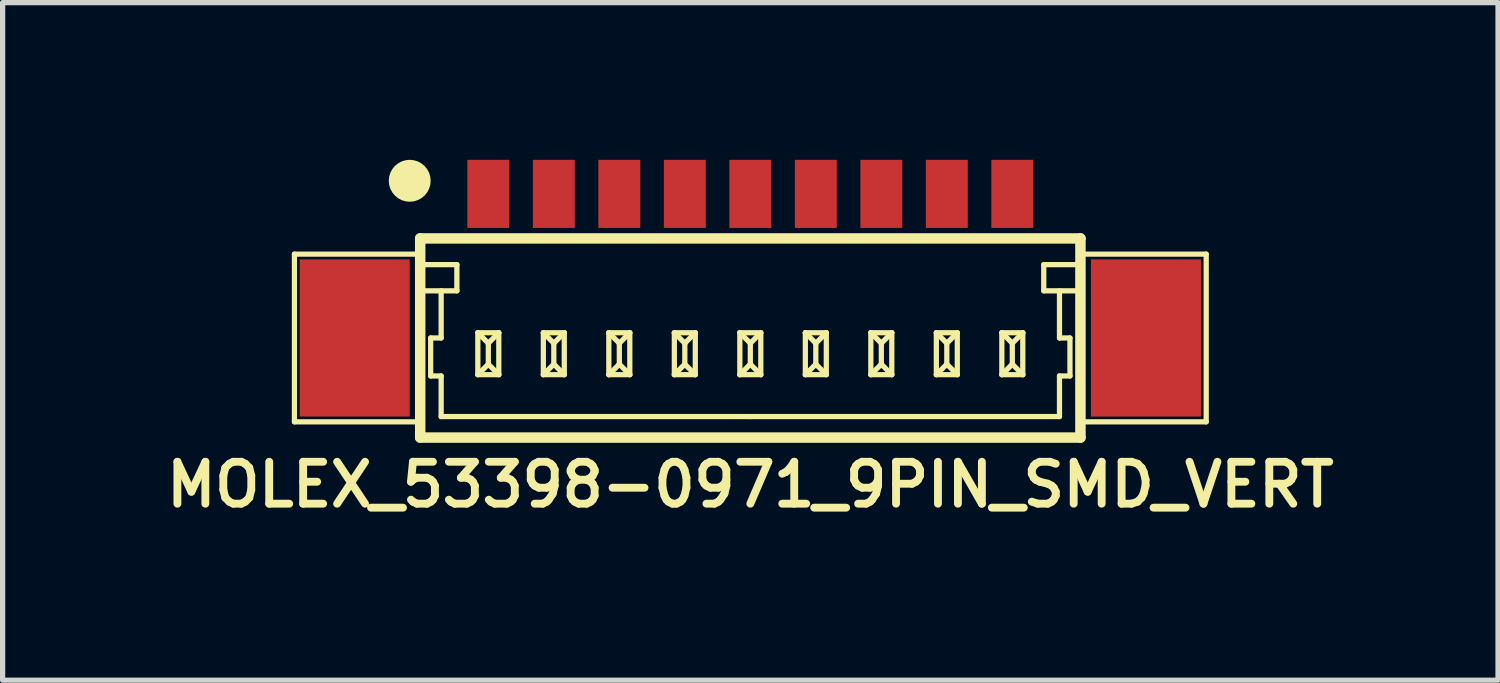
<source format=kicad_pcb>
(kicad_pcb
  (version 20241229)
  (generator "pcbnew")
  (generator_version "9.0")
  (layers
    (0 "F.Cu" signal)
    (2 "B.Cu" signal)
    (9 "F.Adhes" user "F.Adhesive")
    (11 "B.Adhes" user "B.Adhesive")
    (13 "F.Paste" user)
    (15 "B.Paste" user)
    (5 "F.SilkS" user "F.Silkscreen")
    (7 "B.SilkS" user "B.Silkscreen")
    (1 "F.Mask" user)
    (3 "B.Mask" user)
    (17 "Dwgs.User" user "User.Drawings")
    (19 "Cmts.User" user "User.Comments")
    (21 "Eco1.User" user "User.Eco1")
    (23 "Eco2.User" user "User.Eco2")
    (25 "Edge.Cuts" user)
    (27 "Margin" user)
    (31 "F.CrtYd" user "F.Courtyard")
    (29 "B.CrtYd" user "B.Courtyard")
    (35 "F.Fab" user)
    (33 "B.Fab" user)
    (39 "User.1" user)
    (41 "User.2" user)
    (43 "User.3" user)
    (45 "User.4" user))
  (footprint "MOLEX_53398-0971_9PIN_SMD_VERT"
    (layer "F.Cu")
    (at 11.269 3.4)
    (property "Reference" "MOLEX_53398-0971_9PIN_SMD_VERT" (at 0 2.8 0) (layer "F.SilkS") (effects (font (size 0.8 0.8) (thickness 0.15))))
    (attr through_hole)
    (fp_line (start -8.7 -1.6) (end -6.3 -1.6) (stroke (width 0.1) (type solid)) (layer "F.SilkS"))
    (fp_line (start -8.7 1.6) (end -8.7 -1.6) (stroke (width 0.1) (type solid)) (layer "F.SilkS"))
    (fp_line (start -6.3 -1.9) (end -6.3 1.9) (stroke (width 0.2) (type solid)) (layer "F.SilkS"))
    (fp_line (start -6.3 -1.9) (end 6.3 -1.9) (stroke (width 0.2) (type solid)) (layer "F.SilkS"))
    (fp_line (start -6.3 -0.9) (end -5.6 -0.9) (stroke (width 0.1) (type solid)) (layer "F.SilkS"))
    (fp_line (start -6.3 1.6) (end -8.7 1.6) (stroke (width 0.1) (type solid)) (layer "F.SilkS"))
    (fp_line (start -6.3 1.9) (end 6.3 1.9) (stroke (width 0.2) (type solid)) (layer "F.SilkS"))
    (fp_line (start -6.1 0) (end -5.9 0) (stroke (width 0.1) (type solid)) (layer "F.SilkS"))
    (fp_line (start -6.1 0.725) (end -6.1 0) (stroke (width 0.1) (type solid)) (layer "F.SilkS"))
    (fp_line (start -5.9 0) (end -5.9 -0.9) (stroke (width 0.1) (type solid)) (layer "F.SilkS"))
    (fp_line (start -5.9 0.725) (end -6.1 0.725) (stroke (width 0.1) (type solid)) (layer "F.SilkS"))
    (fp_line (start -5.9 1.5) (end -5.9 0.725) (stroke (width 0.1) (type solid)) (layer "F.SilkS"))
    (fp_line (start -5.6 -1.4) (end -6.3 -1.4) (stroke (width 0.1) (type solid)) (layer "F.SilkS"))
    (fp_line (start -5.6 -0.9) (end -5.6 -1.4) (stroke (width 0.1) (type solid)) (layer "F.SilkS"))
    (fp_line (start -5.2 -0.1) (end -5.2 0.7) (stroke (width 0.1) (type solid)) (layer "F.SilkS"))
    (fp_line (start -5.2 -0.1) (end -5 0.1) (stroke (width 0.1) (type solid)) (layer "F.SilkS"))
    (fp_line (start -5.2 -0.1) (end -4.8 -0.1) (stroke (width 0.1) (type solid)) (layer "F.SilkS"))
    (fp_line (start -5.2 0.7) (end -5 0.5) (stroke (width 0.1) (type solid)) (layer "F.SilkS"))
    (fp_line (start -5.2 0.7) (end -4.8 0.7) (stroke (width 0.1) (type solid)) (layer "F.SilkS"))
    (fp_line (start -5 0.1) (end -4.8 -0.1) (stroke (width 0.1) (type solid)) (layer "F.SilkS"))
    (fp_line (start -5 0.5) (end -5 0.1) (stroke (width 0.1) (type solid)) (layer "F.SilkS"))
    (fp_line (start -5 0.5) (end -4.8 0.7) (stroke (width 0.1) (type solid)) (layer "F.SilkS"))
    (fp_line (start -4.8 -0.1) (end -4.8 0.7) (stroke (width 0.1) (type solid)) (layer "F.SilkS"))
    (fp_line (start -3.95 -0.1) (end -3.95 0.7) (stroke (width 0.1) (type solid)) (layer "F.SilkS"))
    (fp_line (start -3.95 -0.1) (end -3.75 0.1) (stroke (width 0.1) (type solid)) (layer "F.SilkS"))
    (fp_line (start -3.95 -0.1) (end -3.55 -0.1) (stroke (width 0.1) (type solid)) (layer "F.SilkS"))
    (fp_line (start -3.95 0.7) (end -3.75 0.5) (stroke (width 0.1) (type solid)) (layer "F.SilkS"))
    (fp_line (start -3.95 0.7) (end -3.55 0.7) (stroke (width 0.1) (type solid)) (layer "F.SilkS"))
    (fp_line (start -3.75 0.1) (end -3.55 -0.1) (stroke (width 0.1) (type solid)) (layer "F.SilkS"))
    (fp_line (start -3.75 0.5) (end -3.75 0.1) (stroke (width 0.1) (type solid)) (layer "F.SilkS"))
    (fp_line (start -3.75 0.5) (end -3.55 0.7) (stroke (width 0.1) (type solid)) (layer "F.SilkS"))
    (fp_line (start -3.55 -0.1) (end -3.55 0.7) (stroke (width 0.1) (type solid)) (layer "F.SilkS"))
    (fp_line (start -2.7 -0.1) (end -2.7 0.7) (stroke (width 0.1) (type solid)) (layer "F.SilkS"))
    (fp_line (start -2.7 -0.1) (end -2.5 0.1) (stroke (width 0.1) (type solid)) (layer "F.SilkS"))
    (fp_line (start -2.7 -0.1) (end -2.3 -0.1) (stroke (width 0.1) (type solid)) (layer "F.SilkS"))
    (fp_line (start -2.7 0.7) (end -2.5 0.5) (stroke (width 0.1) (type solid)) (layer "F.SilkS"))
    (fp_line (start -2.7 0.7) (end -2.3 0.7) (stroke (width 0.1) (type solid)) (layer "F.SilkS"))
    (fp_line (start -2.5 0.1) (end -2.3 -0.1) (stroke (width 0.1) (type solid)) (layer "F.SilkS"))
    (fp_line (start -2.5 0.5) (end -2.5 0.1) (stroke (width 0.1) (type solid)) (layer "F.SilkS"))
    (fp_line (start -2.5 0.5) (end -2.3 0.7) (stroke (width 0.1) (type solid)) (layer "F.SilkS"))
    (fp_line (start -2.3 -0.1) (end -2.3 0.7) (stroke (width 0.1) (type solid)) (layer "F.SilkS"))
    (fp_line (start -1.45 -0.1) (end -1.45 0.7) (stroke (width 0.1) (type solid)) (layer "F.SilkS"))
    (fp_line (start -1.45 -0.1) (end -1.25 0.1) (stroke (width 0.1) (type solid)) (layer "F.SilkS"))
    (fp_line (start -1.45 -0.1) (end -1.05 -0.1) (stroke (width 0.1) (type solid)) (layer "F.SilkS"))
    (fp_line (start -1.45 0.7) (end -1.25 0.5) (stroke (width 0.1) (type solid)) (layer "F.SilkS"))
    (fp_line (start -1.45 0.7) (end -1.05 0.7) (stroke (width 0.1) (type solid)) (layer "F.SilkS"))
    (fp_line (start -1.25 0.1) (end -1.05 -0.1) (stroke (width 0.1) (type solid)) (layer "F.SilkS"))
    (fp_line (start -1.25 0.5) (end -1.25 0.1) (stroke (width 0.1) (type solid)) (layer "F.SilkS"))
    (fp_line (start -1.25 0.5) (end -1.05 0.7) (stroke (width 0.1) (type solid)) (layer "F.SilkS"))
    (fp_line (start -1.05 -0.1) (end -1.05 0.7) (stroke (width 0.1) (type solid)) (layer "F.SilkS"))
    (fp_line (start -0.2 -0.1) (end -0.2 0.7) (stroke (width 0.1) (type solid)) (layer "F.SilkS"))
    (fp_line (start -0.2 -0.1) (end 0 0.1) (stroke (width 0.1) (type solid)) (layer "F.SilkS"))
    (fp_line (start -0.2 -0.1) (end 0.2 -0.1) (stroke (width 0.1) (type solid)) (layer "F.SilkS"))
    (fp_line (start -0.2 0.7) (end 0 0.5) (stroke (width 0.1) (type solid)) (layer "F.SilkS"))
    (fp_line (start -0.2 0.7) (end 0.2 0.7) (stroke (width 0.1) (type solid)) (layer "F.SilkS"))
    (fp_line (start 0 0.1) (end 0.2 -0.1) (stroke (width 0.1) (type solid)) (layer "F.SilkS"))
    (fp_line (start 0 0.5) (end 0 0.1) (stroke (width 0.1) (type solid)) (layer "F.SilkS"))
    (fp_line (start 0 0.5) (end 0.2 0.7) (stroke (width 0.1) (type solid)) (layer "F.SilkS"))
    (fp_line (start 0 1.5) (end -5.9 1.5) (stroke (width 0.1) (type solid)) (layer "F.SilkS"))
    (fp_line (start 0 1.5) (end 5.9 1.5) (stroke (width 0.1) (type solid)) (layer "F.SilkS"))
    (fp_line (start 0.2 -0.1) (end 0.2 0.7) (stroke (width 0.1) (type solid)) (layer "F.SilkS"))
    (fp_line (start 1.05 -0.1) (end 1.05 0.7) (stroke (width 0.1) (type solid)) (layer "F.SilkS"))
    (fp_line (start 1.05 -0.1) (end 1.25 0.1) (stroke (width 0.1) (type solid)) (layer "F.SilkS"))
    (fp_line (start 1.05 -0.1) (end 1.45 -0.1) (stroke (width 0.1) (type solid)) (layer "F.SilkS"))
    (fp_line (start 1.05 0.7) (end 1.25 0.5) (stroke (width 0.1) (type solid)) (layer "F.SilkS"))
    (fp_line (start 1.05 0.7) (end 1.45 0.7) (stroke (width 0.1) (type solid)) (layer "F.SilkS"))
    (fp_line (start 1.25 0.1) (end 1.45 -0.1) (stroke (width 0.1) (type solid)) (layer "F.SilkS"))
    (fp_line (start 1.25 0.5) (end 1.25 0.1) (stroke (width 0.1) (type solid)) (layer "F.SilkS"))
    (fp_line (start 1.25 0.5) (end 1.45 0.7) (stroke (width 0.1) (type solid)) (layer "F.SilkS"))
    (fp_line (start 1.45 -0.1) (end 1.45 0.7) (stroke (width 0.1) (type solid)) (layer "F.SilkS"))
    (fp_line (start 2.3 -0.1) (end 2.3 0.7) (stroke (width 0.1) (type solid)) (layer "F.SilkS"))
    (fp_line (start 2.3 -0.1) (end 2.5 0.1) (stroke (width 0.1) (type solid)) (layer "F.SilkS"))
    (fp_line (start 2.3 -0.1) (end 2.7 -0.1) (stroke (width 0.1) (type solid)) (layer "F.SilkS"))
    (fp_line (start 2.3 0.7) (end 2.5 0.5) (stroke (width 0.1) (type solid)) (layer "F.SilkS"))
    (fp_line (start 2.3 0.7) (end 2.7 0.7) (stroke (width 0.1) (type solid)) (layer "F.SilkS"))
    (fp_line (start 2.5 0.1) (end 2.7 -0.1) (stroke (width 0.1) (type solid)) (layer "F.SilkS"))
    (fp_line (start 2.5 0.5) (end 2.5 0.1) (stroke (width 0.1) (type solid)) (layer "F.SilkS"))
    (fp_line (start 2.5 0.5) (end 2.7 0.7) (stroke (width 0.1) (type solid)) (layer "F.SilkS"))
    (fp_line (start 2.7 -0.1) (end 2.7 0.7) (stroke (width 0.1) (type solid)) (layer "F.SilkS"))
    (fp_line (start 3.55 -0.1) (end 3.55 0.7) (stroke (width 0.1) (type solid)) (layer "F.SilkS"))
    (fp_line (start 3.55 -0.1) (end 3.75 0.1) (stroke (width 0.1) (type solid)) (layer "F.SilkS"))
    (fp_line (start 3.55 -0.1) (end 3.95 -0.1) (stroke (width 0.1) (type solid)) (layer "F.SilkS"))
    (fp_line (start 3.55 0.7) (end 3.75 0.5) (stroke (width 0.1) (type solid)) (layer "F.SilkS"))
    (fp_line (start 3.55 0.7) (end 3.95 0.7) (stroke (width 0.1) (type solid)) (layer "F.SilkS"))
    (fp_line (start 3.75 0.1) (end 3.95 -0.1) (stroke (width 0.1) (type solid)) (layer "F.SilkS"))
    (fp_line (start 3.75 0.5) (end 3.75 0.1) (stroke (width 0.1) (type solid)) (layer "F.SilkS"))
    (fp_line (start 3.75 0.5) (end 3.95 0.7) (stroke (width 0.1) (type solid)) (layer "F.SilkS"))
    (fp_line (start 3.95 -0.1) (end 3.95 0.7) (stroke (width 0.1) (type solid)) (layer "F.SilkS"))
    (fp_line (start 4.8 -0.1) (end 4.8 0.7) (stroke (width 0.1) (type solid)) (layer "F.SilkS"))
    (fp_line (start 4.8 -0.1) (end 5 0.1) (stroke (width 0.1) (type solid)) (layer "F.SilkS"))
    (fp_line (start 4.8 -0.1) (end 5.2 -0.1) (stroke (width 0.1) (type solid)) (layer "F.SilkS"))
    (fp_line (start 4.8 0.7) (end 5 0.5) (stroke (width 0.1) (type solid)) (layer "F.SilkS"))
    (fp_line (start 4.8 0.7) (end 5.2 0.7) (stroke (width 0.1) (type solid)) (layer "F.SilkS"))
    (fp_line (start 5 0.1) (end 5.2 -0.1) (stroke (width 0.1) (type solid)) (layer "F.SilkS"))
    (fp_line (start 5 0.5) (end 5 0.1) (stroke (width 0.1) (type solid)) (layer "F.SilkS"))
    (fp_line (start 5 0.5) (end 5.2 0.7) (stroke (width 0.1) (type solid)) (layer "F.SilkS"))
    (fp_line (start 5.2 -0.1) (end 5.2 0.7) (stroke (width 0.1) (type solid)) (layer "F.SilkS"))
    (fp_line (start 5.6 -1.4) (end 6.3 -1.4) (stroke (width 0.1) (type solid)) (layer "F.SilkS"))
    (fp_line (start 5.6 -0.9) (end 5.6 -1.4) (stroke (width 0.1) (type solid)) (layer "F.SilkS"))
    (fp_line (start 5.9 0) (end 5.9 -0.9) (stroke (width 0.1) (type solid)) (layer "F.SilkS"))
    (fp_line (start 5.9 0.725) (end 6.1 0.725) (stroke (width 0.1) (type solid)) (layer "F.SilkS"))
    (fp_line (start 5.9 1.5) (end 5.9 0.725) (stroke (width 0.1) (type solid)) (layer "F.SilkS"))
    (fp_line (start 6.1 0) (end 5.9 0) (stroke (width 0.1) (type solid)) (layer "F.SilkS"))
    (fp_line (start 6.1 0.725) (end 6.1 0) (stroke (width 0.1) (type solid)) (layer "F.SilkS"))
    (fp_line (start 6.3 -1.9) (end 6.3 1.9) (stroke (width 0.2) (type solid)) (layer "F.SilkS"))
    (fp_line (start 6.3 -0.9) (end 5.6 -0.9) (stroke (width 0.1) (type solid)) (layer "F.SilkS"))
    (fp_line (start 6.3 1.6) (end 8.7 1.6) (stroke (width 0.1) (type solid)) (layer "F.SilkS"))
    (fp_line (start 8.7 -1.6) (end 6.3 -1.6) (stroke (width 0.1) (type solid)) (layer "F.SilkS"))
    (fp_line (start 8.7 1.6) (end 8.7 -1.6) (stroke (width 0.1) (type solid)) (layer "F.SilkS"))
    (fp_circle (center -6.5 -3) (end -6.5 -2.8) (stroke (width 0.4) (type solid)) (fill no) (layer "F.SilkS"))
    (pad "" smd rect (at -7.55 0) (size 2.1 3) (layers "F.Cu" "F.Mask"))
    (pad "" smd rect (at 7.55 0) (size 2.1 3) (layers "F.Cu" "F.Mask"))
    (pad "1" smd rect (at -5 -2.75) (size 0.8 1.3) (layers "F.Cu" "F.Mask"))
    (pad "2" smd rect (at -3.75 -2.75) (size 0.8 1.3) (layers "F.Cu" "F.Mask"))
    (pad "3" smd rect (at -2.5 -2.75) (size 0.8 1.3) (layers "F.Cu" "F.Mask"))
    (pad "4" smd rect (at -1.25 -2.75) (size 0.8 1.3) (layers "F.Cu" "F.Mask"))
    (pad "5" smd rect (at 0 -2.75) (size 0.8 1.3) (layers "F.Cu" "F.Mask"))
    (pad "6" smd rect (at 1.25 -2.75) (size 0.8 1.3) (layers "F.Cu" "F.Mask"))
    (pad "7" smd rect (at 2.5 -2.75) (size 0.8 1.3) (layers "F.Cu" "F.Mask"))
    (pad "8" smd rect (at 3.75 -2.75) (size 0.8 1.3) (layers "F.Cu" "F.Mask"))
    (pad "9" smd rect (at 5 -2.75) (size 0.8 1.3) (layers "F.Cu" "F.Mask")))
  (gr_rect
    (start -3 -3)
    (end 25.538 9.931)
    (stroke (width 0.1) (type default))
    (fill no)
    (layer "Edge.Cuts")))
</source>
